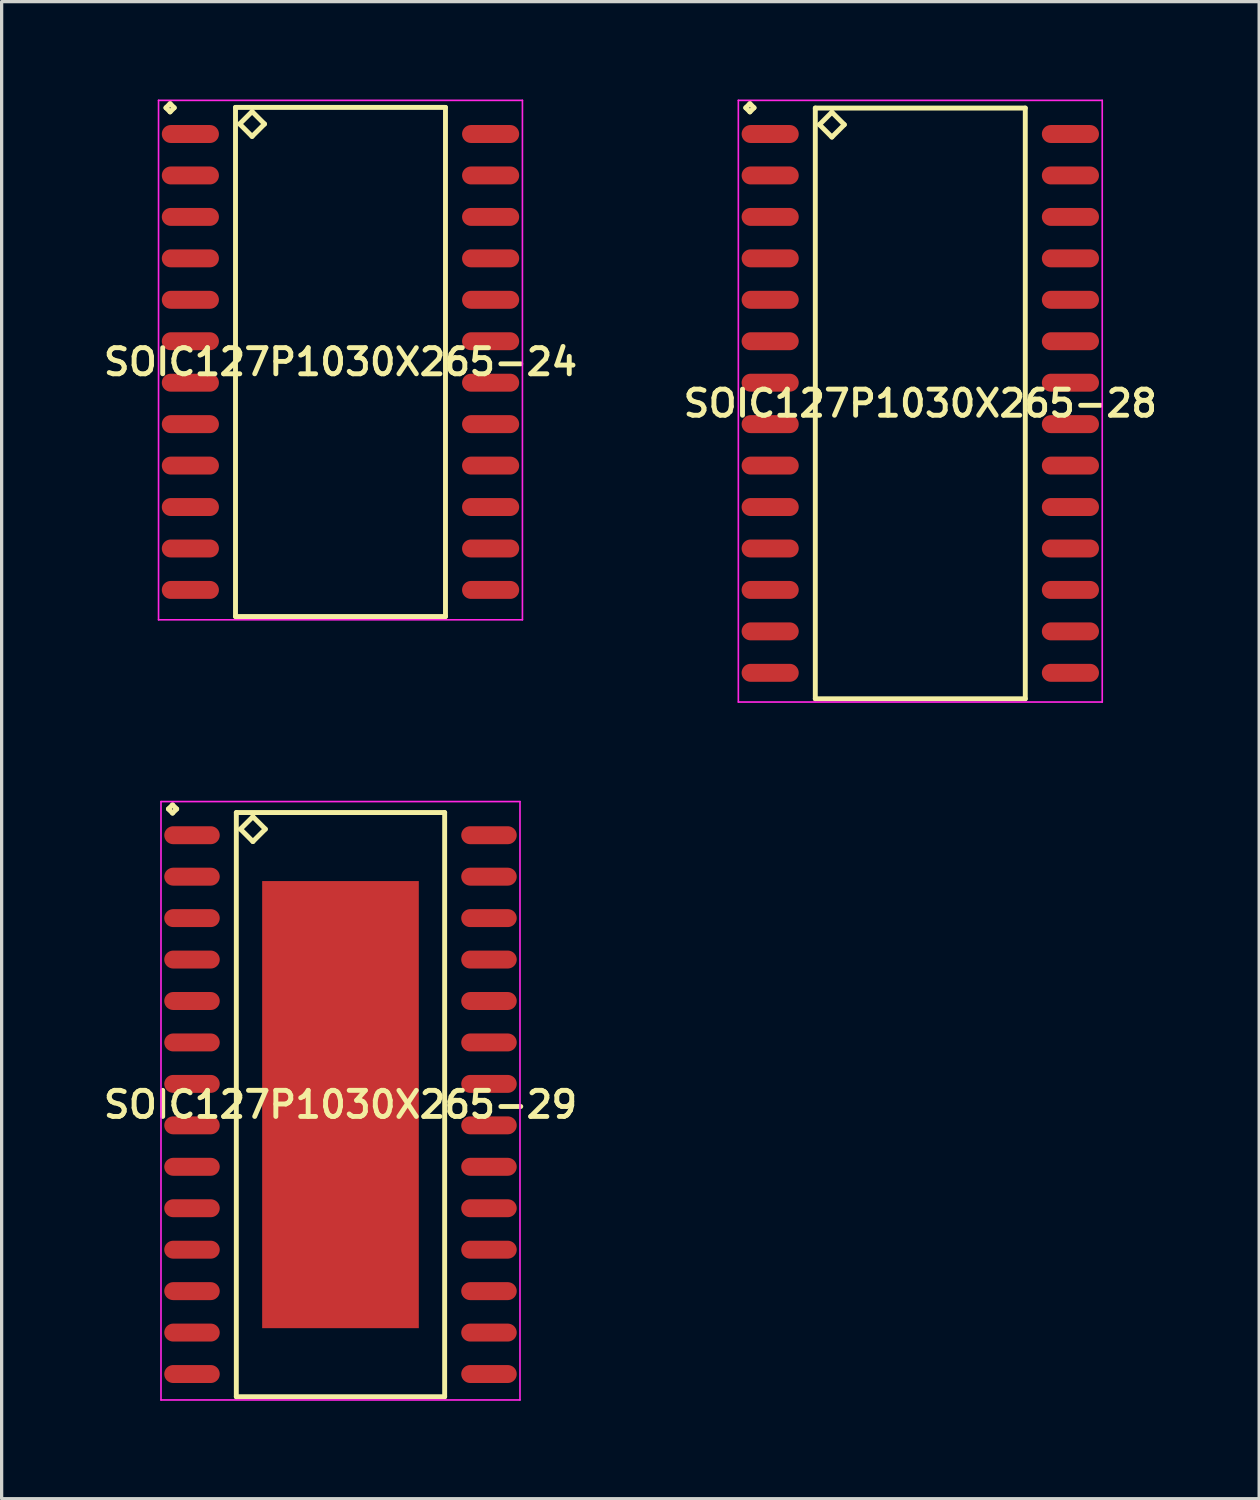
<source format=kicad_pcb>
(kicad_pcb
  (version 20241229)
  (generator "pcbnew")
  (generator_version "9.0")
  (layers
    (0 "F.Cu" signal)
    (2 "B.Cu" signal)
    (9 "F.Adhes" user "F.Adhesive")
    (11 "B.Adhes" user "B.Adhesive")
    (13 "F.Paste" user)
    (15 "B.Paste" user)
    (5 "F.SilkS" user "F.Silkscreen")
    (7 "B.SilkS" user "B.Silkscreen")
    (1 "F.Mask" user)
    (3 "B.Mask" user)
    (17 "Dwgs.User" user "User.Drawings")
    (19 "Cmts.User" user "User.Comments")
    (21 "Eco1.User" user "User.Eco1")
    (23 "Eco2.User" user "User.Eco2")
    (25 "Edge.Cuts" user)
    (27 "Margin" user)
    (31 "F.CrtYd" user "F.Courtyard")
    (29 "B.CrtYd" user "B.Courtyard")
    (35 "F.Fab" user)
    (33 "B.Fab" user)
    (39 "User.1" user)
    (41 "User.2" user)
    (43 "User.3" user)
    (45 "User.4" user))
  (footprint "SOIC127P1030X265-29"
    (layer "F.Cu")
    (at 7.383 30.797)
    (property "Reference" "SOIC127P1030X265-29" (at 0 0 0) (layer "F.SilkS") (effects (font (size 0.8 0.8) (thickness 0.15))))
    (attr smd)
    (fp_line (start -5.273 -9.059) (end -5.146 -9.186) (stroke (width 0.15) (type solid)) (layer "F.SilkS"))
    (fp_line (start -5.146 -9.186) (end -5.019 -9.059) (stroke (width 0.15) (type solid)) (layer "F.SilkS"))
    (fp_line (start -5.146 -8.932) (end -5.273 -9.059) (stroke (width 0.15) (type solid)) (layer "F.SilkS"))
    (fp_line (start -5.019 -9.059) (end -5.146 -8.932) (stroke (width 0.15) (type solid)) (layer "F.SilkS"))
    (fp_line (start -3.192 -8.95) (end -3.192 8.95) (stroke (width 0.15) (type solid)) (layer "F.SilkS"))
    (fp_line (start -3.192 8.95) (end 3.192 8.95) (stroke (width 0.15) (type solid)) (layer "F.SilkS"))
    (fp_line (start -3.065 -8.442) (end -2.684 -8.823) (stroke (width 0.15) (type solid)) (layer "F.SilkS"))
    (fp_line (start -2.684 -8.823) (end -2.303 -8.442) (stroke (width 0.15) (type solid)) (layer "F.SilkS"))
    (fp_line (start -2.684 -8.061) (end -3.065 -8.442) (stroke (width 0.15) (type solid)) (layer "F.SilkS"))
    (fp_line (start -2.303 -8.442) (end -2.684 -8.061) (stroke (width 0.15) (type solid)) (layer "F.SilkS"))
    (fp_line (start 3.192 -8.95) (end -3.192 -8.95) (stroke (width 0.15) (type solid)) (layer "F.SilkS"))
    (fp_line (start 3.192 8.95) (end 3.192 -8.95) (stroke (width 0.15) (type solid)) (layer "F.SilkS"))
    (fp_line (start -5.5 -9.286) (end 5.5 -9.286) (stroke (width 0.05) (type solid)) (layer "F.CrtYd"))
    (fp_line (start -5.5 9.05) (end -5.5 -9.286) (stroke (width 0.05) (type solid)) (layer "F.CrtYd"))
    (fp_line (start 5.5 -9.286) (end 5.5 9.05) (stroke (width 0.05) (type solid)) (layer "F.CrtYd"))
    (fp_line (start 5.5 9.05) (end -5.5 9.05) (stroke (width 0.05) (type solid)) (layer "F.CrtYd"))
    (pad "1" smd oval (at -4.55 -8.255) (size 1.7 0.55) (layers "F.Cu" "F.Mask" "F.Paste"))
    (pad "2" smd oval (at -4.55 -6.985) (size 1.7 0.55) (layers "F.Cu" "F.Mask" "F.Paste"))
    (pad "3" smd oval (at -4.55 -5.715) (size 1.7 0.55) (layers "F.Cu" "F.Mask" "F.Paste"))
    (pad "4" smd oval (at -4.55 -4.445) (size 1.7 0.55) (layers "F.Cu" "F.Mask" "F.Paste"))
    (pad "5" smd oval (at -4.55 -3.175) (size 1.7 0.55) (layers "F.Cu" "F.Mask" "F.Paste"))
    (pad "6" smd oval (at -4.55 -1.905) (size 1.7 0.55) (layers "F.Cu" "F.Mask" "F.Paste"))
    (pad "7" smd oval (at -4.55 -0.635) (size 1.7 0.55) (layers "F.Cu" "F.Mask" "F.Paste"))
    (pad "8" smd oval (at -4.55 0.635) (size 1.7 0.55) (layers "F.Cu" "F.Mask" "F.Paste"))
    (pad "9" smd oval (at -4.55 1.905) (size 1.7 0.55) (layers "F.Cu" "F.Mask" "F.Paste"))
    (pad "10" smd oval (at -4.55 3.175) (size 1.7 0.55) (layers "F.Cu" "F.Mask" "F.Paste"))
    (pad "11" smd oval (at -4.55 4.445) (size 1.7 0.55) (layers "F.Cu" "F.Mask" "F.Paste"))
    (pad "12" smd oval (at -4.55 5.715) (size 1.7 0.55) (layers "F.Cu" "F.Mask" "F.Paste"))
    (pad "13" smd oval (at -4.55 6.985) (size 1.7 0.55) (layers "F.Cu" "F.Mask" "F.Paste"))
    (pad "14" smd oval (at -4.55 8.255) (size 1.7 0.55) (layers "F.Cu" "F.Mask" "F.Paste"))
    (pad "15" smd oval (at 4.55 8.255) (size 1.7 0.55) (layers "F.Cu" "F.Mask" "F.Paste"))
    (pad "16" smd oval (at 4.55 6.985) (size 1.7 0.55) (layers "F.Cu" "F.Mask" "F.Paste"))
    (pad "17" smd oval (at 4.55 5.715) (size 1.7 0.55) (layers "F.Cu" "F.Mask" "F.Paste"))
    (pad "18" smd oval (at 4.55 4.445) (size 1.7 0.55) (layers "F.Cu" "F.Mask" "F.Paste"))
    (pad "19" smd oval (at 4.55 3.175) (size 1.7 0.55) (layers "F.Cu" "F.Mask" "F.Paste"))
    (pad "20" smd oval (at 4.55 1.905) (size 1.7 0.55) (layers "F.Cu" "F.Mask" "F.Paste"))
    (pad "21" smd oval (at 4.55 0.635) (size 1.7 0.55) (layers "F.Cu" "F.Mask" "F.Paste"))
    (pad "22" smd oval (at 4.55 -0.635) (size 1.7 0.55) (layers "F.Cu" "F.Mask" "F.Paste"))
    (pad "23" smd oval (at 4.55 -1.905) (size 1.7 0.55) (layers "F.Cu" "F.Mask" "F.Paste"))
    (pad "24" smd oval (at 4.55 -3.175) (size 1.7 0.55) (layers "F.Cu" "F.Mask" "F.Paste"))
    (pad "25" smd oval (at 4.55 -4.445) (size 1.7 0.55) (layers "F.Cu" "F.Mask" "F.Paste"))
    (pad "26" smd oval (at 4.55 -5.715) (size 1.7 0.55) (layers "F.Cu" "F.Mask" "F.Paste"))
    (pad "27" smd oval (at 4.55 -6.985) (size 1.7 0.55) (layers "F.Cu" "F.Mask" "F.Paste"))
    (pad "28" smd oval (at 4.55 -8.255) (size 1.7 0.55) (layers "F.Cu" "F.Mask" "F.Paste"))
    (pad "29" smd rect (at 0 0) (size 4.8 13.7) (layers "F.Cu" "F.Mask" "F.Paste")))
  (footprint "SOIC127P1030X265-24"
    (layer "F.Cu")
    (at 7.383 8.041)
    (property "Reference" "SOIC127P1030X265-24" (at 0 0 0) (layer "F.SilkS") (effects (font (size 0.8 0.8) (thickness 0.15))))
    (attr smd)
    (fp_line (start -5.348 -7.789) (end -5.221 -7.916) (stroke (width 0.15) (type solid)) (layer "F.SilkS"))
    (fp_line (start -5.221 -7.916) (end -5.094 -7.789) (stroke (width 0.15) (type solid)) (layer "F.SilkS"))
    (fp_line (start -5.221 -7.662) (end -5.348 -7.789) (stroke (width 0.15) (type solid)) (layer "F.SilkS"))
    (fp_line (start -5.094 -7.789) (end -5.221 -7.662) (stroke (width 0.15) (type solid)) (layer "F.SilkS"))
    (fp_line (start -3.217 -7.8) (end -3.217 7.8) (stroke (width 0.15) (type solid)) (layer "F.SilkS"))
    (fp_line (start -3.217 7.8) (end 3.217 7.8) (stroke (width 0.15) (type solid)) (layer "F.SilkS"))
    (fp_line (start -3.09 -7.292) (end -2.709 -7.673) (stroke (width 0.15) (type solid)) (layer "F.SilkS"))
    (fp_line (start -2.709 -7.673) (end -2.328 -7.292) (stroke (width 0.15) (type solid)) (layer "F.SilkS"))
    (fp_line (start -2.709 -6.911) (end -3.09 -7.292) (stroke (width 0.15) (type solid)) (layer "F.SilkS"))
    (fp_line (start -2.328 -7.292) (end -2.709 -6.911) (stroke (width 0.15) (type solid)) (layer "F.SilkS"))
    (fp_line (start 3.217 -7.8) (end -3.217 -7.8) (stroke (width 0.15) (type solid)) (layer "F.SilkS"))
    (fp_line (start 3.217 7.8) (end 3.217 -7.8) (stroke (width 0.15) (type solid)) (layer "F.SilkS"))
    (fp_line (start -5.575 -8.016) (end 5.575 -8.016) (stroke (width 0.05) (type solid)) (layer "F.CrtYd"))
    (fp_line (start -5.575 7.9) (end -5.575 -8.016) (stroke (width 0.05) (type solid)) (layer "F.CrtYd"))
    (fp_line (start 5.575 -8.016) (end 5.575 7.9) (stroke (width 0.05) (type solid)) (layer "F.CrtYd"))
    (fp_line (start 5.575 7.9) (end -5.575 7.9) (stroke (width 0.05) (type solid)) (layer "F.CrtYd"))
    (pad "1" smd oval (at -4.6 -6.985) (size 1.75 0.55) (layers "F.Cu" "F.Mask" "F.Paste"))
    (pad "2" smd oval (at -4.6 -5.715) (size 1.75 0.55) (layers "F.Cu" "F.Mask" "F.Paste"))
    (pad "3" smd oval (at -4.6 -4.445) (size 1.75 0.55) (layers "F.Cu" "F.Mask" "F.Paste"))
    (pad "4" smd oval (at -4.6 -3.175) (size 1.75 0.55) (layers "F.Cu" "F.Mask" "F.Paste"))
    (pad "5" smd oval (at -4.6 -1.905) (size 1.75 0.55) (layers "F.Cu" "F.Mask" "F.Paste"))
    (pad "6" smd oval (at -4.6 -0.635) (size 1.75 0.55) (layers "F.Cu" "F.Mask" "F.Paste"))
    (pad "7" smd oval (at -4.6 0.635) (size 1.75 0.55) (layers "F.Cu" "F.Mask" "F.Paste"))
    (pad "8" smd oval (at -4.6 1.905) (size 1.75 0.55) (layers "F.Cu" "F.Mask" "F.Paste"))
    (pad "9" smd oval (at -4.6 3.175) (size 1.75 0.55) (layers "F.Cu" "F.Mask" "F.Paste"))
    (pad "10" smd oval (at -4.6 4.445) (size 1.75 0.55) (layers "F.Cu" "F.Mask" "F.Paste"))
    (pad "11" smd oval (at -4.6 5.715) (size 1.75 0.55) (layers "F.Cu" "F.Mask" "F.Paste"))
    (pad "12" smd oval (at -4.6 6.985) (size 1.75 0.55) (layers "F.Cu" "F.Mask" "F.Paste"))
    (pad "13" smd oval (at 4.6 6.985) (size 1.75 0.55) (layers "F.Cu" "F.Mask" "F.Paste"))
    (pad "14" smd oval (at 4.6 5.715) (size 1.75 0.55) (layers "F.Cu" "F.Mask" "F.Paste"))
    (pad "15" smd oval (at 4.6 4.445) (size 1.75 0.55) (layers "F.Cu" "F.Mask" "F.Paste"))
    (pad "16" smd oval (at 4.6 3.175) (size 1.75 0.55) (layers "F.Cu" "F.Mask" "F.Paste"))
    (pad "17" smd oval (at 4.6 1.905) (size 1.75 0.55) (layers "F.Cu" "F.Mask" "F.Paste"))
    (pad "18" smd oval (at 4.6 0.635) (size 1.75 0.55) (layers "F.Cu" "F.Mask" "F.Paste"))
    (pad "19" smd oval (at 4.6 -0.635) (size 1.75 0.55) (layers "F.Cu" "F.Mask" "F.Paste"))
    (pad "20" smd oval (at 4.6 -1.905) (size 1.75 0.55) (layers "F.Cu" "F.Mask" "F.Paste"))
    (pad "21" smd oval (at 4.6 -3.175) (size 1.75 0.55) (layers "F.Cu" "F.Mask" "F.Paste"))
    (pad "22" smd oval (at 4.6 -4.445) (size 1.75 0.55) (layers "F.Cu" "F.Mask" "F.Paste"))
    (pad "23" smd oval (at 4.6 -5.715) (size 1.75 0.55) (layers "F.Cu" "F.Mask" "F.Paste"))
    (pad "24" smd oval (at 4.6 -6.985) (size 1.75 0.55) (layers "F.Cu" "F.Mask" "F.Paste")))
  (footprint "SOIC127P1030X265-28"
    (layer "F.Cu")
    (at 25.149 9.311)
    (property "Reference" "SOIC127P1030X265-28" (at 0 0 0) (layer "F.SilkS") (effects (font (size 0.8 0.8) (thickness 0.15))))
    (attr smd)
    (fp_line (start -5.348 -9.059) (end -5.221 -9.186) (stroke (width 0.15) (type solid)) (layer "F.SilkS"))
    (fp_line (start -5.221 -9.186) (end -5.094 -9.059) (stroke (width 0.15) (type solid)) (layer "F.SilkS"))
    (fp_line (start -5.221 -8.932) (end -5.348 -9.059) (stroke (width 0.15) (type solid)) (layer "F.SilkS"))
    (fp_line (start -5.094 -9.059) (end -5.221 -8.932) (stroke (width 0.15) (type solid)) (layer "F.SilkS"))
    (fp_line (start -3.217 -9.05) (end -3.217 9.05) (stroke (width 0.15) (type solid)) (layer "F.SilkS"))
    (fp_line (start -3.217 9.05) (end 3.217 9.05) (stroke (width 0.15) (type solid)) (layer "F.SilkS"))
    (fp_line (start -3.09 -8.542) (end -2.709 -8.923) (stroke (width 0.15) (type solid)) (layer "F.SilkS"))
    (fp_line (start -2.709 -8.923) (end -2.328 -8.542) (stroke (width 0.15) (type solid)) (layer "F.SilkS"))
    (fp_line (start -2.709 -8.161) (end -3.09 -8.542) (stroke (width 0.15) (type solid)) (layer "F.SilkS"))
    (fp_line (start -2.328 -8.542) (end -2.709 -8.161) (stroke (width 0.15) (type solid)) (layer "F.SilkS"))
    (fp_line (start 3.217 -9.05) (end -3.217 -9.05) (stroke (width 0.15) (type solid)) (layer "F.SilkS"))
    (fp_line (start 3.217 9.05) (end 3.217 -9.05) (stroke (width 0.15) (type solid)) (layer "F.SilkS"))
    (fp_line (start -5.575 -9.286) (end 5.575 -9.286) (stroke (width 0.05) (type solid)) (layer "F.CrtYd"))
    (fp_line (start -5.575 9.15) (end -5.575 -9.286) (stroke (width 0.05) (type solid)) (layer "F.CrtYd"))
    (fp_line (start 5.575 -9.286) (end 5.575 9.15) (stroke (width 0.05) (type solid)) (layer "F.CrtYd"))
    (fp_line (start 5.575 9.15) (end -5.575 9.15) (stroke (width 0.05) (type solid)) (layer "F.CrtYd"))
    (pad "1" smd oval (at -4.6 -8.255) (size 1.75 0.55) (layers "F.Cu" "F.Mask" "F.Paste"))
    (pad "2" smd oval (at -4.6 -6.985) (size 1.75 0.55) (layers "F.Cu" "F.Mask" "F.Paste"))
    (pad "3" smd oval (at -4.6 -5.715) (size 1.75 0.55) (layers "F.Cu" "F.Mask" "F.Paste"))
    (pad "4" smd oval (at -4.6 -4.445) (size 1.75 0.55) (layers "F.Cu" "F.Mask" "F.Paste"))
    (pad "5" smd oval (at -4.6 -3.175) (size 1.75 0.55) (layers "F.Cu" "F.Mask" "F.Paste"))
    (pad "6" smd oval (at -4.6 -1.905) (size 1.75 0.55) (layers "F.Cu" "F.Mask" "F.Paste"))
    (pad "7" smd oval (at -4.6 -0.635) (size 1.75 0.55) (layers "F.Cu" "F.Mask" "F.Paste"))
    (pad "8" smd oval (at -4.6 0.635) (size 1.75 0.55) (layers "F.Cu" "F.Mask" "F.Paste"))
    (pad "9" smd oval (at -4.6 1.905) (size 1.75 0.55) (layers "F.Cu" "F.Mask" "F.Paste"))
    (pad "10" smd oval (at -4.6 3.175) (size 1.75 0.55) (layers "F.Cu" "F.Mask" "F.Paste"))
    (pad "11" smd oval (at -4.6 4.445) (size 1.75 0.55) (layers "F.Cu" "F.Mask" "F.Paste"))
    (pad "12" smd oval (at -4.6 5.715) (size 1.75 0.55) (layers "F.Cu" "F.Mask" "F.Paste"))
    (pad "13" smd oval (at -4.6 6.985) (size 1.75 0.55) (layers "F.Cu" "F.Mask" "F.Paste"))
    (pad "14" smd oval (at -4.6 8.255) (size 1.75 0.55) (layers "F.Cu" "F.Mask" "F.Paste"))
    (pad "15" smd oval (at 4.6 8.255) (size 1.75 0.55) (layers "F.Cu" "F.Mask" "F.Paste"))
    (pad "16" smd oval (at 4.6 6.985) (size 1.75 0.55) (layers "F.Cu" "F.Mask" "F.Paste"))
    (pad "17" smd oval (at 4.6 5.715) (size 1.75 0.55) (layers "F.Cu" "F.Mask" "F.Paste"))
    (pad "18" smd oval (at 4.6 4.445) (size 1.75 0.55) (layers "F.Cu" "F.Mask" "F.Paste"))
    (pad "19" smd oval (at 4.6 3.175) (size 1.75 0.55) (layers "F.Cu" "F.Mask" "F.Paste"))
    (pad "20" smd oval (at 4.6 1.905) (size 1.75 0.55) (layers "F.Cu" "F.Mask" "F.Paste"))
    (pad "21" smd oval (at 4.6 0.635) (size 1.75 0.55) (layers "F.Cu" "F.Mask" "F.Paste"))
    (pad "22" smd oval (at 4.6 -0.635) (size 1.75 0.55) (layers "F.Cu" "F.Mask" "F.Paste"))
    (pad "23" smd oval (at 4.6 -1.905) (size 1.75 0.55) (layers "F.Cu" "F.Mask" "F.Paste"))
    (pad "24" smd oval (at 4.6 -3.175) (size 1.75 0.55) (layers "F.Cu" "F.Mask" "F.Paste"))
    (pad "25" smd oval (at 4.6 -4.445) (size 1.75 0.55) (layers "F.Cu" "F.Mask" "F.Paste"))
    (pad "26" smd oval (at 4.6 -5.715) (size 1.75 0.55) (layers "F.Cu" "F.Mask" "F.Paste"))
    (pad "27" smd oval (at 4.6 -6.985) (size 1.75 0.55) (layers "F.Cu" "F.Mask" "F.Paste"))
    (pad "28" smd oval (at 4.6 -8.255) (size 1.75 0.55) (layers "F.Cu" "F.Mask" "F.Paste")))
  (gr_rect
    (start -3 -3)
    (end 35.532 42.872)
    (stroke (width 0.1) (type default))
    (fill no)
    (layer "Edge.Cuts")))
</source>
